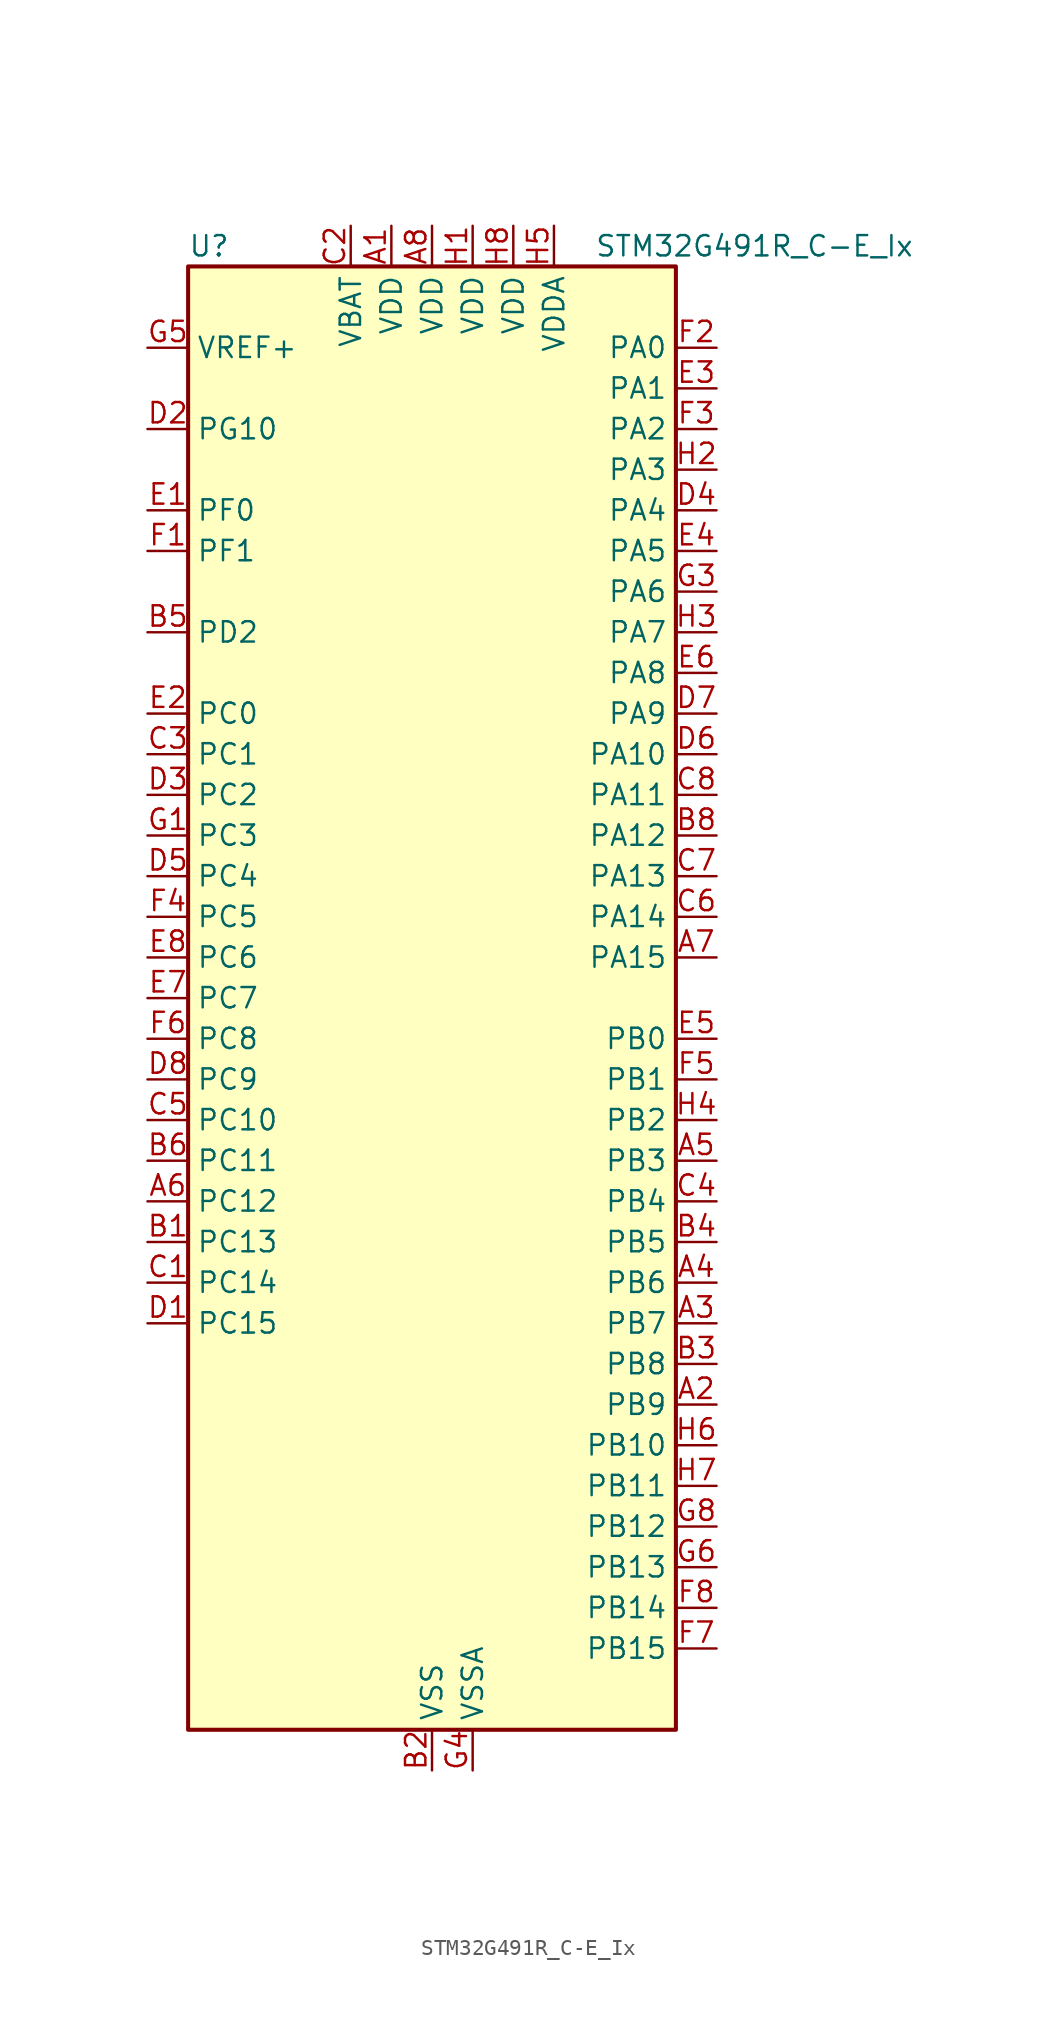
<source format=kicad_sym>
(kicad_symbol_lib
  (version 20241209)
  (generator "kicad_symbol_editor")
  (generator_version "9.0")
  (symbol "STM32G491R_C-E_Ix"
    (property "Reference" "U"
      (at -15.24 46.99 0)
      (effects (font (size 1.27 1.27)) (justify left)))
    (property "Value" "STM32G491R_C-E_Ix"
      (at 10.16 46.99 0)
      (effects (font (size 1.27 1.27)) (justify left)))
    (symbol "STM32G491R_C-E_Ix_0_1"
      (rectangle (start -15.24 -45.72) (end 15.24 45.72) (stroke (width 0.254) (type default)) (fill (type background))))
    (symbol "STM32G491R_C-E_Ix_1_1"
      (pin input line (at -17.78 40.64 0) (length 2.54) (name "VREF+" (effects (font (size 1.27 1.27)))) (number "G5" (effects (font (size 1.27 1.27)))) (alternate "VREFBUF_OUT" bidirectional line))
      (pin bidirectional line (at -17.78 35.56 0) (length 2.54) (name "PG10" (effects (font (size 1.27 1.27)))) (number "D2" (effects (font (size 1.27 1.27)))) (alternate "DAC1_EXTI10" bidirectional line) (alternate "DAC3_EXTI10" bidirectional line) (alternate "RCC_MCO" bidirectional line))
      (pin bidirectional line (at -17.78 30.48 0) (length 2.54) (name "PF0" (effects (font (size 1.27 1.27)))) (number "E1" (effects (font (size 1.27 1.27)))) (alternate "ADC1_IN10" bidirectional line) (alternate "I2C2_SDA" bidirectional line) (alternate "I2S2_WS" bidirectional line) (alternate "RCC_OSC_IN" bidirectional line) (alternate "SPI2_NSS" bidirectional line) (alternate "TIM1_CH3N" bidirectional line))
      (pin bidirectional line (at -17.78 27.94 0) (length 2.54) (name "PF1" (effects (font (size 1.27 1.27)))) (number "F1" (effects (font (size 1.27 1.27)))) (alternate "ADC2_IN10" bidirectional line) (alternate "COMP3_INM" bidirectional line) (alternate "I2S2_CK" bidirectional line) (alternate "RCC_OSC_OUT" bidirectional line) (alternate "SPI2_SCK" bidirectional line))
      (pin bidirectional line (at -17.78 22.86 0) (length 2.54) (name "PD2" (effects (font (size 1.27 1.27)))) (number "B5" (effects (font (size 1.27 1.27)))) (alternate "ADC3_EXTI2" bidirectional line) (alternate "TIM3_ETR" bidirectional line) (alternate "TIM8_BKIN" bidirectional line) (alternate "UART5_RX" bidirectional line))
      (pin bidirectional line (at -17.78 17.78 0) (length 2.54) (name "PC0" (effects (font (size 1.27 1.27)))) (number "E2" (effects (font (size 1.27 1.27)))) (alternate "ADC1_IN6" bidirectional line) (alternate "ADC2_IN6" bidirectional line) (alternate "COMP3_INM" bidirectional line) (alternate "LPTIM1_IN1" bidirectional line) (alternate "LPUART1_RX" bidirectional line) (alternate "TIM1_CH1" bidirectional line))
      (pin bidirectional line (at -17.78 15.24 0) (length 2.54) (name "PC1" (effects (font (size 1.27 1.27)))) (number "C3" (effects (font (size 1.27 1.27)))) (alternate "ADC1_IN7" bidirectional line) (alternate "ADC2_IN7" bidirectional line) (alternate "COMP3_INP" bidirectional line) (alternate "LPTIM1_OUT" bidirectional line) (alternate "LPUART1_TX" bidirectional line) (alternate "QUADSPI1_BK2_IO0" bidirectional line) (alternate "SAI1_SD_A" bidirectional line) (alternate "TIM1_CH2" bidirectional line))
      (pin bidirectional line (at -17.78 12.7 0) (length 2.54) (name "PC2" (effects (font (size 1.27 1.27)))) (number "D3" (effects (font (size 1.27 1.27)))) (alternate "ADC1_IN8" bidirectional line) (alternate "ADC2_IN8" bidirectional line) (alternate "ADC3_EXTI2" bidirectional line) (alternate "COMP3_OUT" bidirectional line) (alternate "LPTIM1_IN2" bidirectional line) (alternate "QUADSPI1_BK2_IO1" bidirectional line) (alternate "TIM1_CH3" bidirectional line) (alternate "TIM20_CH2" bidirectional line))
      (pin bidirectional line (at -17.78 10.16 0) (length 2.54) (name "PC3" (effects (font (size 1.27 1.27)))) (number "G1" (effects (font (size 1.27 1.27)))) (alternate "ADC1_IN9" bidirectional line) (alternate "ADC2_IN9" bidirectional line) (alternate "ADC3_EXTI3" bidirectional line) (alternate "LPTIM1_ETR" bidirectional line) (alternate "QUADSPI1_BK2_IO2" bidirectional line) (alternate "SAI1_D1" bidirectional line) (alternate "SAI1_SD_A" bidirectional line) (alternate "TIM1_BKIN2" bidirectional line) (alternate "TIM1_CH4" bidirectional line))
      (pin bidirectional line (at -17.78 7.62 0) (length 2.54) (name "PC4" (effects (font (size 1.27 1.27)))) (number "D5" (effects (font (size 1.27 1.27)))) (alternate "ADC2_IN5" bidirectional line) (alternate "I2C2_SCL" bidirectional line) (alternate "QUADSPI1_BK2_IO3" bidirectional line) (alternate "TIM1_ETR" bidirectional line) (alternate "USART1_TX" bidirectional line))
      (pin bidirectional line (at -17.78 5.08 0) (length 2.54) (name "PC5" (effects (font (size 1.27 1.27)))) (number "F4" (effects (font (size 1.27 1.27)))) (alternate "ADC2_IN11" bidirectional line) (alternate "OPAMP1_VINM" bidirectional line) (alternate "OPAMP1_VINM1" bidirectional line) (alternate "OPAMP1_VINM_SEC" bidirectional line) (alternate "OPAMP2_VINM" bidirectional line) (alternate "OPAMP2_VINM1" bidirectional line) (alternate "OPAMP2_VINM_SEC" bidirectional line) (alternate "SAI1_D3" bidirectional line) (alternate "SYS_WKUP5" bidirectional line) (alternate "TIM15_BKIN" bidirectional line) (alternate "TIM1_CH4N" bidirectional line) (alternate "USART1_RX" bidirectional line))
      (pin bidirectional line (at -17.78 2.54 0) (length 2.54) (name "PC6" (effects (font (size 1.27 1.27)))) (number "E8" (effects (font (size 1.27 1.27)))) (alternate "I2S2_MCK" bidirectional line) (alternate "TIM3_CH1" bidirectional line) (alternate "TIM8_CH1" bidirectional line))
      (pin bidirectional line (at -17.78 0 0) (length 2.54) (name "PC7" (effects (font (size 1.27 1.27)))) (number "E7" (effects (font (size 1.27 1.27)))) (alternate "I2S3_MCK" bidirectional line) (alternate "TIM3_CH2" bidirectional line) (alternate "TIM8_CH2" bidirectional line))
      (pin bidirectional line (at -17.78 -2.54 0) (length 2.54) (name "PC8" (effects (font (size 1.27 1.27)))) (number "F6" (effects (font (size 1.27 1.27)))) (alternate "I2C3_SCL" bidirectional line) (alternate "TIM20_CH3" bidirectional line) (alternate "TIM3_CH3" bidirectional line) (alternate "TIM8_CH3" bidirectional line))
      (pin bidirectional line (at -17.78 -5.08 0) (length 2.54) (name "PC9" (effects (font (size 1.27 1.27)))) (number "D8" (effects (font (size 1.27 1.27)))) (alternate "DAC1_EXTI9" bidirectional line) (alternate "DAC3_EXTI9" bidirectional line) (alternate "I2C3_SDA" bidirectional line) (alternate "I2S_CKIN" bidirectional line) (alternate "TIM3_CH4" bidirectional line) (alternate "TIM8_BKIN2" bidirectional line) (alternate "TIM8_CH4" bidirectional line))
      (pin bidirectional line (at -17.78 -7.62 0) (length 2.54) (name "PC10" (effects (font (size 1.27 1.27)))) (number "C5" (effects (font (size 1.27 1.27)))) (alternate "DAC1_EXTI10" bidirectional line) (alternate "DAC3_EXTI10" bidirectional line) (alternate "I2S3_CK" bidirectional line) (alternate "SPI3_SCK" bidirectional line) (alternate "TIM8_CH1N" bidirectional line) (alternate "UART4_TX" bidirectional line) (alternate "USART3_TX" bidirectional line))
      (pin bidirectional line (at -17.78 -10.16 0) (length 2.54) (name "PC11" (effects (font (size 1.27 1.27)))) (number "B6" (effects (font (size 1.27 1.27)))) (alternate "ADC1_EXTI11" bidirectional line) (alternate "ADC2_EXTI11" bidirectional line) (alternate "I2C3_SDA" bidirectional line) (alternate "SPI3_MISO" bidirectional line) (alternate "TIM8_CH2N" bidirectional line) (alternate "UART4_RX" bidirectional line) (alternate "USART3_RX" bidirectional line))
      (pin bidirectional line (at -17.78 -12.7 0) (length 2.54) (name "PC12" (effects (font (size 1.27 1.27)))) (number "A6" (effects (font (size 1.27 1.27)))) (alternate "I2S3_SD" bidirectional line) (alternate "SPI3_MOSI" bidirectional line) (alternate "TIM8_CH3N" bidirectional line) (alternate "UART5_TX" bidirectional line) (alternate "UCPD1_FRSTX1" bidirectional line) (alternate "UCPD1_FRSTX2" bidirectional line) (alternate "USART3_CK" bidirectional line))
      (pin bidirectional line (at -17.78 -15.24 0) (length 2.54) (name "PC13" (effects (font (size 1.27 1.27)))) (number "B1" (effects (font (size 1.27 1.27)))) (alternate "RTC_OUT1" bidirectional line) (alternate "RTC_TAMP1" bidirectional line) (alternate "RTC_TS" bidirectional line) (alternate "SYS_WKUP2" bidirectional line) (alternate "TIM1_BKIN" bidirectional line) (alternate "TIM1_CH1N" bidirectional line) (alternate "TIM8_CH4N" bidirectional line))
      (pin bidirectional line (at -17.78 -17.78 0) (length 2.54) (name "PC14" (effects (font (size 1.27 1.27)))) (number "C1" (effects (font (size 1.27 1.27)))) (alternate "RCC_OSC32_IN" bidirectional line))
      (pin bidirectional line (at -17.78 -20.32 0) (length 2.54) (name "PC15" (effects (font (size 1.27 1.27)))) (number "D1" (effects (font (size 1.27 1.27)))) (alternate "ADC1_EXTI15" bidirectional line) (alternate "ADC2_EXTI15" bidirectional line) (alternate "RCC_OSC32_OUT" bidirectional line))
      (pin power_in line (at -5.08 48.26 270) (length 2.54) (name "VBAT" (effects (font (size 1.27 1.27)))) (number "C2" (effects (font (size 1.27 1.27)))))
      (pin power_in line (at -2.54 48.26 270) (length 2.54) (name "VDD" (effects (font (size 1.27 1.27)))) (number "A1" (effects (font (size 1.27 1.27)))))
      (pin power_in line (at 0 48.26 270) (length 2.54) (name "VDD" (effects (font (size 1.27 1.27)))) (number "A8" (effects (font (size 1.27 1.27)))))
      (pin power_in line (at 0 -48.26 90) (length 2.54) (name "VSS" (effects (font (size 1.27 1.27)))) (number "B2" (effects (font (size 1.27 1.27)))))
      (pin passive line (at 0 -48.26 90) (length 2.54) (hide yes) (name "VSS" (effects (font (size 1.27 1.27)))) (number "B7" (effects (font (size 1.27 1.27)))))
      (pin passive line (at 0 -48.26 90) (length 2.54) (hide yes) (name "VSS" (effects (font (size 1.27 1.27)))) (number "G2" (effects (font (size 1.27 1.27)))))
      (pin passive line (at 0 -48.26 90) (length 2.54) (hide yes) (name "VSS" (effects (font (size 1.27 1.27)))) (number "G7" (effects (font (size 1.27 1.27)))))
      (pin power_in line (at 2.54 48.26 270) (length 2.54) (name "VDD" (effects (font (size 1.27 1.27)))) (number "H1" (effects (font (size 1.27 1.27)))))
      (pin power_in line (at 2.54 -48.26 90) (length 2.54) (name "VSSA" (effects (font (size 1.27 1.27)))) (number "G4" (effects (font (size 1.27 1.27)))))
      (pin power_in line (at 5.08 48.26 270) (length 2.54) (name "VDD" (effects (font (size 1.27 1.27)))) (number "H8" (effects (font (size 1.27 1.27)))))
      (pin power_in line (at 7.62 48.26 270) (length 2.54) (name "VDDA" (effects (font (size 1.27 1.27)))) (number "H5" (effects (font (size 1.27 1.27)))))
      (pin bidirectional line (at 17.78 40.64 180) (length 2.54) (name "PA0" (effects (font (size 1.27 1.27)))) (number "F2" (effects (font (size 1.27 1.27)))) (alternate "ADC1_IN1" bidirectional line) (alternate "ADC2_IN1" bidirectional line) (alternate "COMP1_INM" bidirectional line) (alternate "COMP1_OUT" bidirectional line) (alternate "COMP3_INP" bidirectional line) (alternate "RTC_TAMP2" bidirectional line) (alternate "SYS_WKUP1" bidirectional line) (alternate "TIM2_CH1" bidirectional line) (alternate "TIM2_ETR" bidirectional line) (alternate "TIM8_BKIN" bidirectional line) (alternate "TIM8_ETR" bidirectional line) (alternate "USART2_CTS" bidirectional line) (alternate "USART2_NSS" bidirectional line))
      (pin bidirectional line (at 17.78 38.1 180) (length 2.54) (name "PA1" (effects (font (size 1.27 1.27)))) (number "E3" (effects (font (size 1.27 1.27)))) (alternate "ADC1_IN2" bidirectional line) (alternate "ADC2_IN2" bidirectional line) (alternate "COMP1_INP" bidirectional line) (alternate "OPAMP1_VINP" bidirectional line) (alternate "OPAMP1_VINP_SEC" bidirectional line) (alternate "OPAMP3_VINP" bidirectional line) (alternate "OPAMP3_VINP_SEC" bidirectional line) (alternate "OPAMP6_VINM" bidirectional line) (alternate "OPAMP6_VINM0" bidirectional line) (alternate "OPAMP6_VINM_SEC" bidirectional line) (alternate "RTC_REFIN" bidirectional line) (alternate "TIM15_CH1N" bidirectional line) (alternate "TIM2_CH2" bidirectional line) (alternate "USART2_DE" bidirectional line) (alternate "USART2_RTS" bidirectional line))
      (pin bidirectional line (at 17.78 35.56 180) (length 2.54) (name "PA2" (effects (font (size 1.27 1.27)))) (number "F3" (effects (font (size 1.27 1.27)))) (alternate "ADC1_IN3" bidirectional line) (alternate "ADC3_EXTI2" bidirectional line) (alternate "COMP2_INM" bidirectional line) (alternate "COMP2_OUT" bidirectional line) (alternate "LPUART1_TX" bidirectional line) (alternate "OPAMP1_VOUT" bidirectional line) (alternate "QUADSPI1_BK1_NCS" bidirectional line) (alternate "RCC_LSCO" bidirectional line) (alternate "SYS_WKUP4" bidirectional line) (alternate "TIM15_CH1" bidirectional line) (alternate "TIM2_CH3" bidirectional line) (alternate "UCPD1_FRSTX1" bidirectional line) (alternate "UCPD1_FRSTX2" bidirectional line) (alternate "USART2_TX" bidirectional line))
      (pin bidirectional line (at 17.78 33.02 180) (length 2.54) (name "PA3" (effects (font (size 1.27 1.27)))) (number "H2" (effects (font (size 1.27 1.27)))) (alternate "ADC1_IN4" bidirectional line) (alternate "ADC3_EXTI3" bidirectional line) (alternate "COMP2_INP" bidirectional line) (alternate "LPUART1_RX" bidirectional line) (alternate "OPAMP1_VINM" bidirectional line) (alternate "OPAMP1_VINM0" bidirectional line) (alternate "OPAMP1_VINM_SEC" bidirectional line) (alternate "OPAMP1_VINP" bidirectional line) (alternate "OPAMP1_VINP_SEC" bidirectional line) (alternate "QUADSPI1_CLK" bidirectional line) (alternate "SAI1_CK1" bidirectional line) (alternate "SAI1_MCLK_A" bidirectional line) (alternate "TIM15_CH2" bidirectional line) (alternate "TIM2_CH4" bidirectional line) (alternate "USART2_RX" bidirectional line))
      (pin bidirectional line (at 17.78 30.48 180) (length 2.54) (name "PA4" (effects (font (size 1.27 1.27)))) (number "D4" (effects (font (size 1.27 1.27)))) (alternate "ADC2_IN17" bidirectional line) (alternate "COMP1_INM" bidirectional line) (alternate "DAC1_OUT1" bidirectional line) (alternate "I2S3_WS" bidirectional line) (alternate "SAI1_FS_B" bidirectional line) (alternate "SPI1_NSS" bidirectional line) (alternate "SPI3_NSS" bidirectional line) (alternate "TIM3_CH2" bidirectional line) (alternate "USART2_CK" bidirectional line))
      (pin bidirectional line (at 17.78 27.94 180) (length 2.54) (name "PA5" (effects (font (size 1.27 1.27)))) (number "E4" (effects (font (size 1.27 1.27)))) (alternate "ADC2_IN13" bidirectional line) (alternate "COMP2_INM" bidirectional line) (alternate "DAC1_OUT2" bidirectional line) (alternate "OPAMP2_VINM" bidirectional line) (alternate "OPAMP2_VINM0" bidirectional line) (alternate "OPAMP2_VINM_SEC" bidirectional line) (alternate "SPI1_SCK" bidirectional line) (alternate "TIM2_CH1" bidirectional line) (alternate "TIM2_ETR" bidirectional line) (alternate "UCPD1_FRSTX1" bidirectional line) (alternate "UCPD1_FRSTX2" bidirectional line))
      (pin bidirectional line (at 17.78 25.4 180) (length 2.54) (name "PA6" (effects (font (size 1.27 1.27)))) (number "G3" (effects (font (size 1.27 1.27)))) (alternate "ADC2_IN3" bidirectional line) (alternate "COMP1_OUT" bidirectional line) (alternate "LPUART1_CTS" bidirectional line) (alternate "OPAMP2_VOUT" bidirectional line) (alternate "QUADSPI1_BK1_IO3" bidirectional line) (alternate "SPI1_MISO" bidirectional line) (alternate "TIM16_CH1" bidirectional line) (alternate "TIM1_BKIN" bidirectional line) (alternate "TIM3_CH1" bidirectional line) (alternate "TIM8_BKIN" bidirectional line))
      (pin bidirectional line (at 17.78 22.86 180) (length 2.54) (name "PA7" (effects (font (size 1.27 1.27)))) (number "H3" (effects (font (size 1.27 1.27)))) (alternate "ADC2_IN4" bidirectional line) (alternate "COMP2_INP" bidirectional line) (alternate "COMP2_OUT" bidirectional line) (alternate "OPAMP1_VINP" bidirectional line) (alternate "OPAMP1_VINP_SEC" bidirectional line) (alternate "OPAMP2_VINP" bidirectional line) (alternate "OPAMP2_VINP_SEC" bidirectional line) (alternate "QUADSPI1_BK1_IO2" bidirectional line) (alternate "SPI1_MOSI" bidirectional line) (alternate "TIM17_CH1" bidirectional line) (alternate "TIM1_CH1N" bidirectional line) (alternate "TIM3_CH2" bidirectional line) (alternate "TIM8_CH1N" bidirectional line) (alternate "UCPD1_FRSTX1" bidirectional line) (alternate "UCPD1_FRSTX2" bidirectional line))
      (pin bidirectional line (at 17.78 20.32 180) (length 2.54) (name "PA8" (effects (font (size 1.27 1.27)))) (number "E6" (effects (font (size 1.27 1.27)))) (alternate "I2C2_SDA" bidirectional line) (alternate "I2C3_SCL" bidirectional line) (alternate "I2S2_MCK" bidirectional line) (alternate "RCC_MCO" bidirectional line) (alternate "SAI1_CK2" bidirectional line) (alternate "SAI1_SCK_A" bidirectional line) (alternate "TIM1_CH1" bidirectional line) (alternate "TIM4_ETR" bidirectional line) (alternate "USART1_CK" bidirectional line))
      (pin bidirectional line (at 17.78 17.78 180) (length 2.54) (name "PA9" (effects (font (size 1.27 1.27)))) (number "D7" (effects (font (size 1.27 1.27)))) (alternate "DAC1_EXTI9" bidirectional line) (alternate "DAC3_EXTI9" bidirectional line) (alternate "I2C2_SCL" bidirectional line) (alternate "I2C3_SMBA" bidirectional line) (alternate "I2S3_MCK" bidirectional line) (alternate "SAI1_FS_A" bidirectional line) (alternate "TIM15_BKIN" bidirectional line) (alternate "TIM1_CH2" bidirectional line) (alternate "TIM2_CH3" bidirectional line) (alternate "UCPD1_DBCC1" bidirectional line) (alternate "USART1_TX" bidirectional line))
      (pin bidirectional line (at 17.78 15.24 180) (length 2.54) (name "PA10" (effects (font (size 1.27 1.27)))) (number "D6" (effects (font (size 1.27 1.27)))) (alternate "CRS_SYNC" bidirectional line) (alternate "DAC1_EXTI10" bidirectional line) (alternate "DAC3_EXTI10" bidirectional line) (alternate "I2C2_SMBA" bidirectional line) (alternate "SAI1_D1" bidirectional line) (alternate "SAI1_SD_A" bidirectional line) (alternate "SPI2_MISO" bidirectional line) (alternate "TIM17_BKIN" bidirectional line) (alternate "TIM1_CH3" bidirectional line) (alternate "TIM2_CH4" bidirectional line) (alternate "TIM8_BKIN" bidirectional line) (alternate "UCPD1_DBCC2" bidirectional line) (alternate "USART1_RX" bidirectional line))
      (pin bidirectional line (at 17.78 12.7 180) (length 2.54) (name "PA11" (effects (font (size 1.27 1.27)))) (number "C8" (effects (font (size 1.27 1.27)))) (alternate "ADC1_EXTI11" bidirectional line) (alternate "ADC2_EXTI11" bidirectional line) (alternate "COMP1_OUT" bidirectional line) (alternate "FDCAN1_RX" bidirectional line) (alternate "I2S2_SD" bidirectional line) (alternate "SPI2_MOSI" bidirectional line) (alternate "TIM1_BKIN2" bidirectional line) (alternate "TIM1_CH1N" bidirectional line) (alternate "TIM1_CH4" bidirectional line) (alternate "TIM4_CH1" bidirectional line) (alternate "USART1_CTS" bidirectional line) (alternate "USART1_NSS" bidirectional line) (alternate "USB_DM" bidirectional line))
      (pin bidirectional line (at 17.78 10.16 180) (length 2.54) (name "PA12" (effects (font (size 1.27 1.27)))) (number "B8" (effects (font (size 1.27 1.27)))) (alternate "COMP2_OUT" bidirectional line) (alternate "FDCAN1_TX" bidirectional line) (alternate "I2S_CKIN" bidirectional line) (alternate "TIM16_CH1" bidirectional line) (alternate "TIM1_CH2N" bidirectional line) (alternate "TIM1_ETR" bidirectional line) (alternate "TIM4_CH2" bidirectional line) (alternate "USART1_DE" bidirectional line) (alternate "USART1_RTS" bidirectional line) (alternate "USB_DP" bidirectional line))
      (pin bidirectional line (at 17.78 7.62 180) (length 2.54) (name "PA13" (effects (font (size 1.27 1.27)))) (number "C7" (effects (font (size 1.27 1.27)))) (alternate "I2C1_SCL" bidirectional line) (alternate "IR_OUT" bidirectional line) (alternate "SAI1_SD_B" bidirectional line) (alternate "SYS_JTMS-SWDIO" bidirectional line) (alternate "TIM16_CH1N" bidirectional line) (alternate "TIM4_CH3" bidirectional line) (alternate "USART3_CTS" bidirectional line) (alternate "USART3_NSS" bidirectional line))
      (pin bidirectional line (at 17.78 5.08 180) (length 2.54) (name "PA14" (effects (font (size 1.27 1.27)))) (number "C6" (effects (font (size 1.27 1.27)))) (alternate "I2C1_SDA" bidirectional line) (alternate "LPTIM1_OUT" bidirectional line) (alternate "SAI1_FS_B" bidirectional line) (alternate "SYS_JTCK-SWCLK" bidirectional line) (alternate "TIM1_BKIN" bidirectional line) (alternate "TIM8_CH2" bidirectional line) (alternate "USART2_TX" bidirectional line))
      (pin bidirectional line (at 17.78 2.54 180) (length 2.54) (name "PA15" (effects (font (size 1.27 1.27)))) (number "A7" (effects (font (size 1.27 1.27)))) (alternate "ADC1_EXTI15" bidirectional line) (alternate "ADC2_EXTI15" bidirectional line) (alternate "I2C1_SCL" bidirectional line) (alternate "I2S3_WS" bidirectional line) (alternate "SPI1_NSS" bidirectional line) (alternate "SPI3_NSS" bidirectional line) (alternate "SYS_JTDI" bidirectional line) (alternate "TIM1_BKIN" bidirectional line) (alternate "TIM20_ETR" bidirectional line) (alternate "TIM2_CH1" bidirectional line) (alternate "TIM2_ETR" bidirectional line) (alternate "TIM8_CH1" bidirectional line) (alternate "UART4_DE" bidirectional line) (alternate "UART4_RTS" bidirectional line) (alternate "USART2_RX" bidirectional line))
      (pin bidirectional line (at 17.78 -2.54 180) (length 2.54) (name "PB0" (effects (font (size 1.27 1.27)))) (number "E5" (effects (font (size 1.27 1.27)))) (alternate "ADC1_IN15" bidirectional line) (alternate "ADC3_IN12" bidirectional line) (alternate "COMP4_INP" bidirectional line) (alternate "OPAMP2_VINP" bidirectional line) (alternate "OPAMP2_VINP_SEC" bidirectional line) (alternate "OPAMP3_VINP" bidirectional line) (alternate "OPAMP3_VINP_SEC" bidirectional line) (alternate "QUADSPI1_BK1_IO1" bidirectional line) (alternate "TIM1_CH2N" bidirectional line) (alternate "TIM3_CH3" bidirectional line) (alternate "TIM8_CH2N" bidirectional line) (alternate "UCPD1_FRSTX1" bidirectional line) (alternate "UCPD1_FRSTX2" bidirectional line))
      (pin bidirectional line (at 17.78 -5.08 180) (length 2.54) (name "PB1" (effects (font (size 1.27 1.27)))) (number "F5" (effects (font (size 1.27 1.27)))) (alternate "ADC1_IN12" bidirectional line) (alternate "ADC3_IN1" bidirectional line) (alternate "COMP1_INP" bidirectional line) (alternate "COMP4_OUT" bidirectional line) (alternate "LPUART1_DE" bidirectional line) (alternate "LPUART1_RTS" bidirectional line) (alternate "OPAMP3_VOUT" bidirectional line) (alternate "OPAMP6_VINM" bidirectional line) (alternate "OPAMP6_VINM1" bidirectional line) (alternate "OPAMP6_VINM_SEC" bidirectional line) (alternate "QUADSPI1_BK1_IO0" bidirectional line) (alternate "TIM1_CH3N" bidirectional line) (alternate "TIM3_CH4" bidirectional line) (alternate "TIM8_CH3N" bidirectional line))
      (pin bidirectional line (at 17.78 -7.62 180) (length 2.54) (name "PB2" (effects (font (size 1.27 1.27)))) (number "H4" (effects (font (size 1.27 1.27)))) (alternate "ADC2_IN12" bidirectional line) (alternate "ADC3_EXTI2" bidirectional line) (alternate "COMP4_INM" bidirectional line) (alternate "I2C3_SMBA" bidirectional line) (alternate "LPTIM1_OUT" bidirectional line) (alternate "OPAMP3_VINM" bidirectional line) (alternate "OPAMP3_VINM0" bidirectional line) (alternate "OPAMP3_VINM_SEC" bidirectional line) (alternate "QUADSPI1_BK2_IO1" bidirectional line) (alternate "RTC_OUT2" bidirectional line) (alternate "TIM20_CH1" bidirectional line))
      (pin bidirectional line (at 17.78 -10.16 180) (length 2.54) (name "PB3" (effects (font (size 1.27 1.27)))) (number "A5" (effects (font (size 1.27 1.27)))) (alternate "ADC3_EXTI3" bidirectional line) (alternate "CRS_SYNC" bidirectional line) (alternate "I2S3_CK" bidirectional line) (alternate "SAI1_SCK_B" bidirectional line) (alternate "SPI1_SCK" bidirectional line) (alternate "SPI3_SCK" bidirectional line) (alternate "SYS_JTDO-SWO" bidirectional line) (alternate "TIM2_CH2" bidirectional line) (alternate "TIM3_ETR" bidirectional line) (alternate "TIM4_ETR" bidirectional line) (alternate "TIM8_CH1N" bidirectional line) (alternate "USART2_TX" bidirectional line))
      (pin bidirectional line (at 17.78 -12.7 180) (length 2.54) (name "PB4" (effects (font (size 1.27 1.27)))) (number "C4" (effects (font (size 1.27 1.27)))) (alternate "SAI1_MCLK_B" bidirectional line) (alternate "SPI1_MISO" bidirectional line) (alternate "SPI3_MISO" bidirectional line) (alternate "SYS_JTRST" bidirectional line) (alternate "TIM16_CH1" bidirectional line) (alternate "TIM17_BKIN" bidirectional line) (alternate "TIM3_CH1" bidirectional line) (alternate "TIM8_CH2N" bidirectional line) (alternate "UART5_DE" bidirectional line) (alternate "UART5_RTS" bidirectional line) (alternate "UCPD1_CC2" bidirectional line) (alternate "USART2_RX" bidirectional line))
      (pin bidirectional line (at 17.78 -15.24 180) (length 2.54) (name "PB5" (effects (font (size 1.27 1.27)))) (number "B4" (effects (font (size 1.27 1.27)))) (alternate "FDCAN2_RX" bidirectional line) (alternate "I2C1_SMBA" bidirectional line) (alternate "I2C3_SDA" bidirectional line) (alternate "I2S3_SD" bidirectional line) (alternate "LPTIM1_IN1" bidirectional line) (alternate "SAI1_SD_B" bidirectional line) (alternate "SPI1_MOSI" bidirectional line) (alternate "SPI3_MOSI" bidirectional line) (alternate "TIM16_BKIN" bidirectional line) (alternate "TIM17_CH1" bidirectional line) (alternate "TIM3_CH2" bidirectional line) (alternate "TIM8_CH3N" bidirectional line) (alternate "UART5_CTS" bidirectional line) (alternate "USART2_CK" bidirectional line))
      (pin bidirectional line (at 17.78 -17.78 180) (length 2.54) (name "PB6" (effects (font (size 1.27 1.27)))) (number "A4" (effects (font (size 1.27 1.27)))) (alternate "COMP4_OUT" bidirectional line) (alternate "FDCAN2_TX" bidirectional line) (alternate "LPTIM1_ETR" bidirectional line) (alternate "SAI1_FS_B" bidirectional line) (alternate "TIM16_CH1N" bidirectional line) (alternate "TIM4_CH1" bidirectional line) (alternate "TIM8_BKIN2" bidirectional line) (alternate "TIM8_CH1" bidirectional line) (alternate "TIM8_ETR" bidirectional line) (alternate "UCPD1_CC1" bidirectional line) (alternate "USART1_TX" bidirectional line))
      (pin bidirectional line (at 17.78 -20.32 180) (length 2.54) (name "PB7" (effects (font (size 1.27 1.27)))) (number "A3" (effects (font (size 1.27 1.27)))) (alternate "COMP3_OUT" bidirectional line) (alternate "I2C1_SDA" bidirectional line) (alternate "LPTIM1_IN2" bidirectional line) (alternate "SYS_PVD_IN" bidirectional line) (alternate "TIM17_CH1N" bidirectional line) (alternate "TIM3_CH4" bidirectional line) (alternate "TIM4_CH2" bidirectional line) (alternate "TIM8_BKIN" bidirectional line) (alternate "UART4_CTS" bidirectional line) (alternate "USART1_RX" bidirectional line))
      (pin bidirectional line (at 17.78 -22.86 180) (length 2.54) (name "PB8" (effects (font (size 1.27 1.27)))) (number "B3" (effects (font (size 1.27 1.27)))) (alternate "COMP1_OUT" bidirectional line) (alternate "FDCAN1_RX" bidirectional line) (alternate "I2C1_SCL" bidirectional line) (alternate "SAI1_CK1" bidirectional line) (alternate "SAI1_MCLK_A" bidirectional line) (alternate "TIM16_CH1" bidirectional line) (alternate "TIM1_BKIN" bidirectional line) (alternate "TIM4_CH3" bidirectional line) (alternate "TIM8_CH2" bidirectional line) (alternate "USART3_RX" bidirectional line))
      (pin bidirectional line (at 17.78 -25.4 180) (length 2.54) (name "PB9" (effects (font (size 1.27 1.27)))) (number "A2" (effects (font (size 1.27 1.27)))) (alternate "COMP2_OUT" bidirectional line) (alternate "DAC1_EXTI9" bidirectional line) (alternate "DAC3_EXTI9" bidirectional line) (alternate "FDCAN1_TX" bidirectional line) (alternate "I2C1_SDA" bidirectional line) (alternate "IR_OUT" bidirectional line) (alternate "SAI1_D2" bidirectional line) (alternate "SAI1_FS_A" bidirectional line) (alternate "TIM17_CH1" bidirectional line) (alternate "TIM1_CH3N" bidirectional line) (alternate "TIM4_CH4" bidirectional line) (alternate "TIM8_CH3" bidirectional line) (alternate "USART3_TX" bidirectional line))
      (pin bidirectional line (at 17.78 -27.94 180) (length 2.54) (name "PB10" (effects (font (size 1.27 1.27)))) (number "H6" (effects (font (size 1.27 1.27)))) (alternate "DAC1_EXTI10" bidirectional line) (alternate "DAC3_EXTI10" bidirectional line) (alternate "LPUART1_RX" bidirectional line) (alternate "OPAMP3_VINM" bidirectional line) (alternate "OPAMP3_VINM1" bidirectional line) (alternate "OPAMP3_VINM_SEC" bidirectional line) (alternate "QUADSPI1_CLK" bidirectional line) (alternate "SAI1_SCK_A" bidirectional line) (alternate "TIM1_BKIN" bidirectional line) (alternate "TIM2_CH3" bidirectional line) (alternate "USART3_TX" bidirectional line))
      (pin bidirectional line (at 17.78 -30.48 180) (length 2.54) (name "PB11" (effects (font (size 1.27 1.27)))) (number "H7" (effects (font (size 1.27 1.27)))) (alternate "ADC1_EXTI11" bidirectional line) (alternate "ADC1_IN14" bidirectional line) (alternate "ADC2_EXTI11" bidirectional line) (alternate "ADC2_IN14" bidirectional line) (alternate "LPUART1_TX" bidirectional line) (alternate "OPAMP6_VOUT" bidirectional line) (alternate "QUADSPI1_BK1_NCS" bidirectional line) (alternate "TIM2_CH4" bidirectional line) (alternate "USART3_RX" bidirectional line))
      (pin bidirectional line (at 17.78 -33.02 180) (length 2.54) (name "PB12" (effects (font (size 1.27 1.27)))) (number "G8" (effects (font (size 1.27 1.27)))) (alternate "ADC1_IN11" bidirectional line) (alternate "FDCAN2_RX" bidirectional line) (alternate "I2C2_SMBA" bidirectional line) (alternate "I2S2_WS" bidirectional line) (alternate "LPUART1_DE" bidirectional line) (alternate "LPUART1_RTS" bidirectional line) (alternate "OPAMP6_VINP" bidirectional line) (alternate "OPAMP6_VINP_SEC" bidirectional line) (alternate "SPI2_NSS" bidirectional line) (alternate "TIM1_BKIN" bidirectional line) (alternate "USART3_CK" bidirectional line))
      (pin bidirectional line (at 17.78 -35.56 180) (length 2.54) (name "PB13" (effects (font (size 1.27 1.27)))) (number "G6" (effects (font (size 1.27 1.27)))) (alternate "ADC3_IN5" bidirectional line) (alternate "FDCAN2_TX" bidirectional line) (alternate "I2S2_CK" bidirectional line) (alternate "LPUART1_CTS" bidirectional line) (alternate "OPAMP3_VINP" bidirectional line) (alternate "OPAMP3_VINP_SEC" bidirectional line) (alternate "OPAMP6_VINP" bidirectional line) (alternate "OPAMP6_VINP_SEC" bidirectional line) (alternate "SPI2_SCK" bidirectional line) (alternate "TIM1_CH1N" bidirectional line) (alternate "USART3_CTS" bidirectional line) (alternate "USART3_NSS" bidirectional line))
      (pin bidirectional line (at 17.78 -38.1 180) (length 2.54) (name "PB14" (effects (font (size 1.27 1.27)))) (number "F8" (effects (font (size 1.27 1.27)))) (alternate "ADC1_IN5" bidirectional line) (alternate "COMP4_OUT" bidirectional line) (alternate "OPAMP2_VINP" bidirectional line) (alternate "OPAMP2_VINP_SEC" bidirectional line) (alternate "SPI2_MISO" bidirectional line) (alternate "TIM15_CH1" bidirectional line) (alternate "TIM1_CH2N" bidirectional line) (alternate "USART3_DE" bidirectional line) (alternate "USART3_RTS" bidirectional line))
      (pin bidirectional line (at 17.78 -40.64 180) (length 2.54) (name "PB15" (effects (font (size 1.27 1.27)))) (number "F7" (effects (font (size 1.27 1.27)))) (alternate "ADC1_EXTI15" bidirectional line) (alternate "ADC2_EXTI15" bidirectional line) (alternate "ADC2_IN15" bidirectional line) (alternate "COMP3_OUT" bidirectional line) (alternate "I2S2_SD" bidirectional line) (alternate "RTC_REFIN" bidirectional line) (alternate "SPI2_MOSI" bidirectional line) (alternate "TIM15_CH1N" bidirectional line) (alternate "TIM15_CH2" bidirectional line) (alternate "TIM1_CH3N" bidirectional line)))))
</source>
